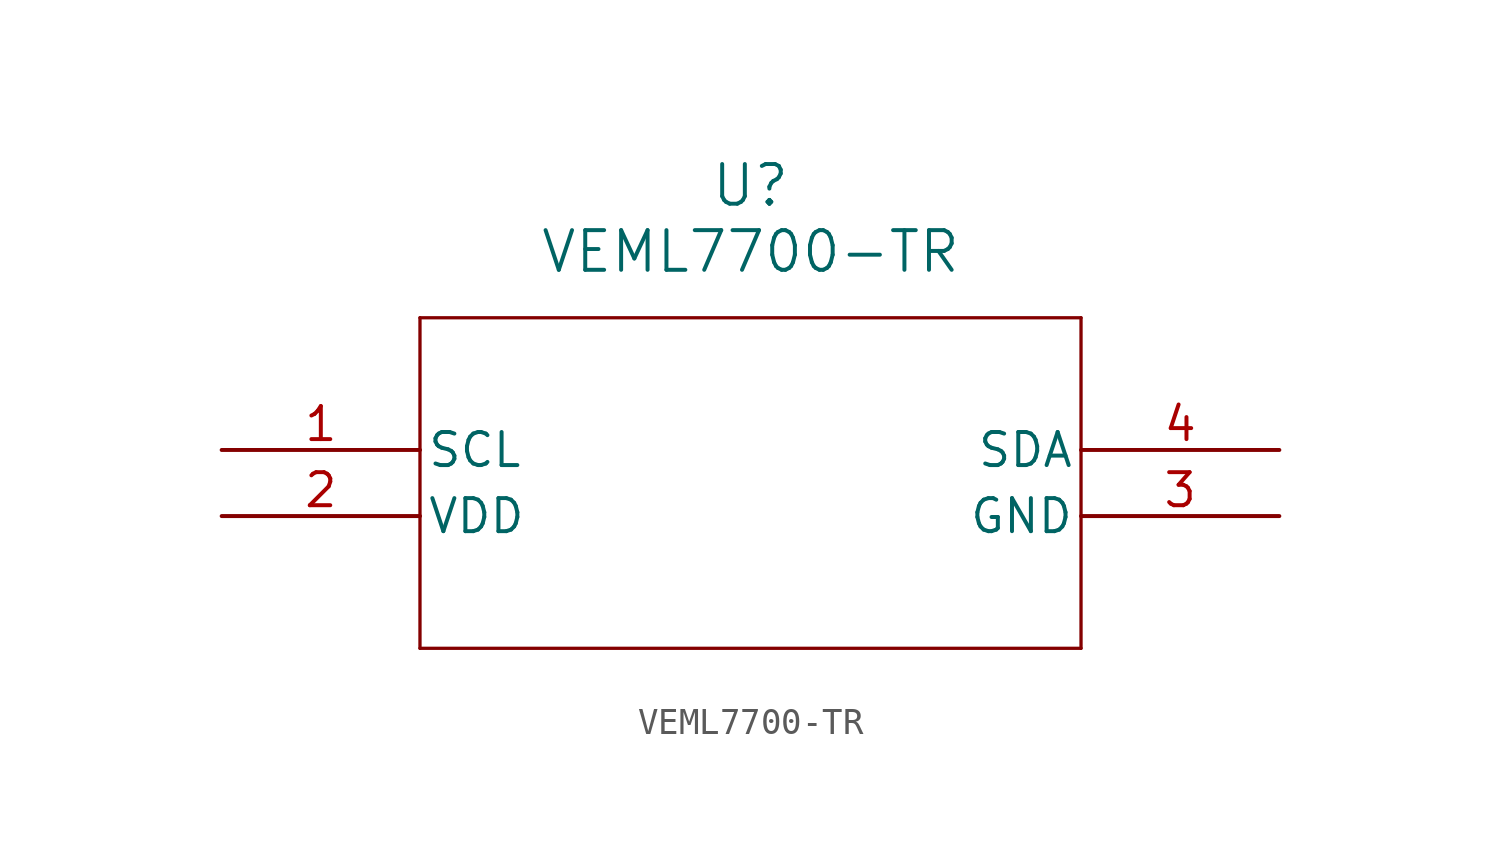
<source format=kicad_sym>
(kicad_symbol_lib
  (version 20211014)
  (generator kicad_symbol_editor)
  (symbol "VEML7700-TR"
    (pin_names
      (offset 0.254))
    (property "Reference" "U"
      (at 20.32 10.16 0)
      (effects (font (size 1.524 1.524))))
    (property "Value" "VEML7700-TR"
      (at 20.32 7.62 0)
      (effects (font (size 1.524 1.524))))
    (symbol "VEML7700-TR_0_1"
      (polyline (pts (xy 7.62 5.08) (xy 7.62 -7.62)) (stroke (width 0.127) (type default) (color 0 0 0 0)) (fill (type none)))
      (polyline (pts (xy 7.62 -7.62) (xy 33.02 -7.62)) (stroke (width 0.127) (type default) (color 0 0 0 0)) (fill (type none)))
      (polyline (pts (xy 33.02 -7.62) (xy 33.02 5.08)) (stroke (width 0.127) (type default) (color 0 0 0 0)) (fill (type none)))
      (polyline (pts (xy 33.02 5.08) (xy 7.62 5.08)) (stroke (width 0.127) (type default) (color 0 0 0 0)) (fill (type none)))
      (pin unspecified line (at 0 0 0) (length 7.62) (name "SCL" (effects (font (size 1.27 1.27)))) (number "1" (effects (font (size 1.27 1.27)))))
      (pin power_in line (at 0 -2.54 0) (length 7.62) (name "VDD" (effects (font (size 1.27 1.27)))) (number "2" (effects (font (size 1.27 1.27)))))
      (pin power_out line (at 40.64 -2.54 180) (length 7.62) (name "GND" (effects (font (size 1.27 1.27)))) (number "3" (effects (font (size 1.27 1.27)))))
      (pin unspecified line (at 40.64 0 180) (length 7.62) (name "SDA" (effects (font (size 1.27 1.27)))) (number "4" (effects (font (size 1.27 1.27))))))))
</source>
